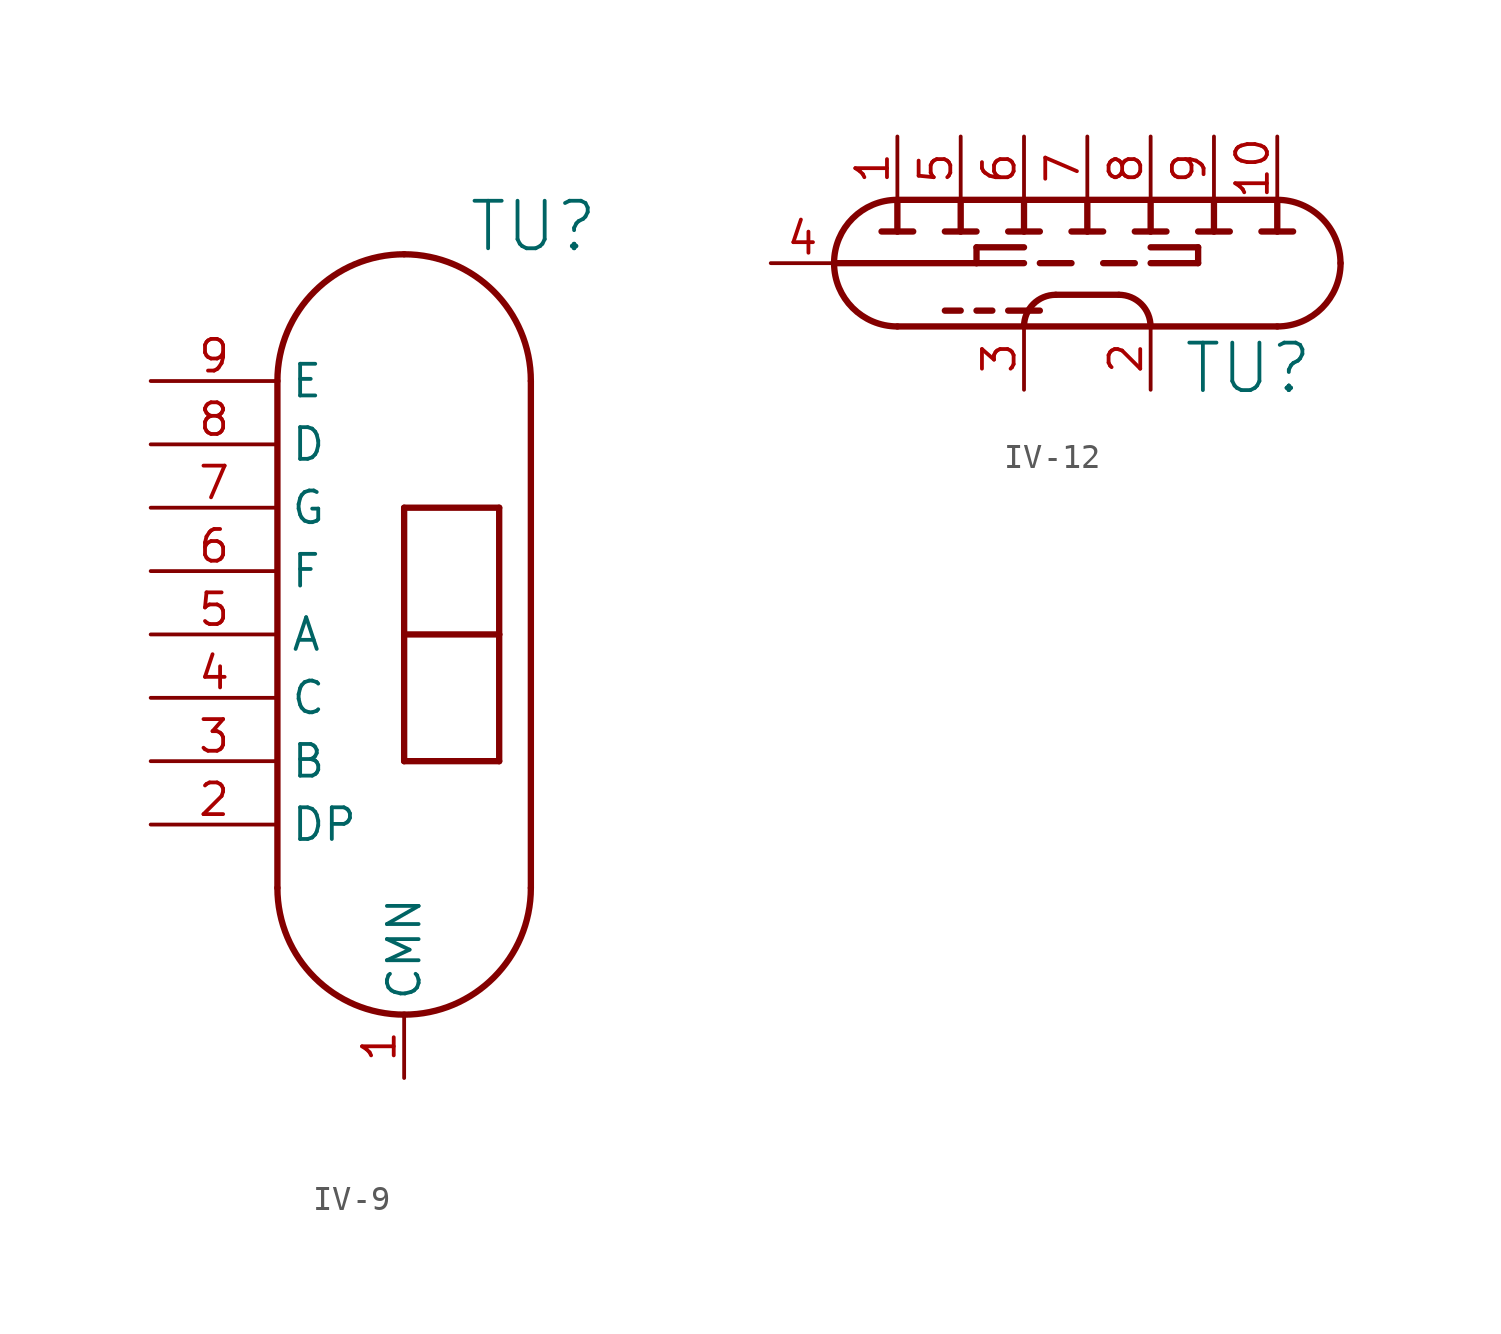
<source format=kicad_sym>
(kicad_symbol_lib
  (version 20231120)
  (generator "kicad_symbol_editor")
  (generator_version "8.0")
  (symbol "IV-9"
    (property "Reference" "TU"
      (at 2.54 15.24 0)
      (effects (font (size 1.905 1.905)) (justify left bottom)))
    (symbol "IV-9_1_0"
      (arc (start -5.08 -10.16) (mid -3.592 -13.7521) (end 0.0002 -15.24) (stroke (width 0.254) (type solid)) (fill (type none)))
      (arc (start 0 -15.24) (mid 3.5922 -13.7521) (end 5.0801 -10.1599) (stroke (width 0.254) (type solid)) (fill (type none)))
      (polyline (pts (xy -5.08 -10.16) (xy -5.08 10.16)) (stroke (width 0.254) (type solid)) (fill (type none)))
      (polyline (pts (xy 0 -5.08) (xy 0 0)) (stroke (width 0.254) (type solid)) (fill (type none)))
      (polyline (pts (xy 0 0) (xy 0 5.08)) (stroke (width 0.254) (type solid)) (fill (type none)))
      (polyline (pts (xy 0 0) (xy 3.81 0)) (stroke (width 0.254) (type solid)) (fill (type none)))
      (polyline (pts (xy 0 5.08) (xy 3.81 5.08)) (stroke (width 0.254) (type solid)) (fill (type none)))
      (polyline (pts (xy 3.81 -5.08) (xy 0 -5.08)) (stroke (width 0.254) (type solid)) (fill (type none)))
      (polyline (pts (xy 3.81 0) (xy 3.81 -5.08)) (stroke (width 0.254) (type solid)) (fill (type none)))
      (polyline (pts (xy 3.81 5.08) (xy 3.81 0)) (stroke (width 0.254) (type solid)) (fill (type none)))
      (polyline (pts (xy 5.08 -10.16) (xy 5.08 10.16)) (stroke (width 0.254) (type solid)) (fill (type none)))
      (arc (start 0.0001 15.2401) (mid -3.5921 13.7522) (end -5.08 10.16) (stroke (width 0.254) (type solid)) (fill (type none)))
      (arc (start 5.08 10.16) (mid 3.5921 13.7521) (end 0 15.24) (stroke (width 0.254) (type solid)) (fill (type none)))
      (pin bidirectional line (at 0 -17.78 90) (length 2.54) (name "CMN" (effects (font (size 1.27 1.27)))) (number "1" (effects (font (size 1.27 1.27)))))
      (pin bidirectional line (at -10.16 -7.62 0) (length 5.08) (name "DP" (effects (font (size 1.27 1.27)))) (number "2" (effects (font (size 1.27 1.27)))))
      (pin bidirectional line (at -10.16 -5.08 0) (length 5.08) (name "B" (effects (font (size 1.27 1.27)))) (number "3" (effects (font (size 1.27 1.27)))))
      (pin bidirectional line (at -10.16 -2.54 0) (length 5.08) (name "C" (effects (font (size 1.27 1.27)))) (number "4" (effects (font (size 1.27 1.27)))))
      (pin bidirectional line (at -10.16 0 0) (length 5.08) (name "A" (effects (font (size 1.27 1.27)))) (number "5" (effects (font (size 1.27 1.27)))))
      (pin bidirectional line (at -10.16 2.54 0) (length 5.08) (name "F" (effects (font (size 1.27 1.27)))) (number "6" (effects (font (size 1.27 1.27)))))
      (pin bidirectional line (at -10.16 5.08 0) (length 5.08) (name "G" (effects (font (size 1.27 1.27)))) (number "7" (effects (font (size 1.27 1.27)))))
      (pin bidirectional line (at -10.16 7.62 0) (length 5.08) (name "D" (effects (font (size 1.27 1.27)))) (number "8" (effects (font (size 1.27 1.27)))))
      (pin bidirectional line (at -10.16 10.16 0) (length 5.08) (name "E" (effects (font (size 1.27 1.27)))) (number "9" (effects (font (size 1.27 1.27)))))))
  (symbol "IV-12"
    (pin_names hide)
    (property "Reference" "TU"
      (at 3.81 -5.334 0)
      (effects (font (size 1.905 1.905)) (justify left bottom)))
    (symbol "IV-12_1_0"
      (arc (start -10.16 0) (mid -9.4161 -1.7961) (end -7.62 -2.54) (stroke (width 0.254) (type solid)) (fill (type none)))
      (arc (start -7.62 2.54) (mid -9.4161 1.7961) (end -10.16 0) (stroke (width 0.254) (type solid)) (fill (type none)))
      (arc (start -1.27 -1.27) (mid -2.168 -1.642) (end -2.54 -2.54) (stroke (width 0.254) (type solid)) (fill (type none)))
      (polyline (pts (xy -7.62 1.27) (xy -8.255 1.27)) (stroke (width 0.254) (type solid)) (fill (type none)))
      (polyline (pts (xy -7.62 1.27) (xy -6.985 1.27)) (stroke (width 0.254) (type solid)) (fill (type none)))
      (polyline (pts (xy -7.62 2.54) (xy -7.62 1.27)) (stroke (width 0.254) (type solid)) (fill (type none)))
      (polyline (pts (xy -7.62 2.54) (xy -5.08 2.54)) (stroke (width 0.254) (type solid)) (fill (type none)))
      (polyline (pts (xy -5.715 1.27) (xy -5.08 1.27)) (stroke (width 0.254) (type solid)) (fill (type none)))
      (polyline (pts (xy -5.08 -1.905) (xy -5.715 -1.905)) (stroke (width 0.254) (type solid)) (fill (type none)))
      (polyline (pts (xy -5.08 1.27) (xy -5.08 2.54)) (stroke (width 0.254) (type solid)) (fill (type none)))
      (polyline (pts (xy -5.08 1.27) (xy -4.445 1.27)) (stroke (width 0.254) (type solid)) (fill (type none)))
      (polyline (pts (xy -5.08 2.54) (xy -2.54 2.54)) (stroke (width 0.254) (type solid)) (fill (type none)))
      (polyline (pts (xy -4.445 0) (xy -10.16 0)) (stroke (width 0.254) (type solid)) (fill (type none)))
      (polyline (pts (xy -4.445 0) (xy -2.54 0)) (stroke (width 0.254) (type solid)) (fill (type none)))
      (polyline (pts (xy -4.445 0.635) (xy -4.445 0)) (stroke (width 0.254) (type solid)) (fill (type none)))
      (polyline (pts (xy -3.81 -1.905) (xy -4.445 -1.905)) (stroke (width 0.254) (type solid)) (fill (type none)))
      (polyline (pts (xy -3.175 -1.905) (xy -1.905 -1.905)) (stroke (width 0.254) (type solid)) (fill (type none)))
      (polyline (pts (xy -3.175 1.27) (xy -2.54 1.27)) (stroke (width 0.254) (type solid)) (fill (type none)))
      (polyline (pts (xy -2.54 -2.54) (xy -7.62 -2.54)) (stroke (width 0.254) (type solid)) (fill (type none)))
      (polyline (pts (xy -2.54 0.635) (xy -4.445 0.635)) (stroke (width 0.254) (type solid)) (fill (type none)))
      (polyline (pts (xy -2.54 1.27) (xy -2.54 2.54)) (stroke (width 0.254) (type solid)) (fill (type none)))
      (polyline (pts (xy -2.54 1.27) (xy -1.905 1.27)) (stroke (width 0.254) (type solid)) (fill (type none)))
      (polyline (pts (xy -2.54 2.54) (xy 0 2.54)) (stroke (width 0.254) (type solid)) (fill (type none)))
      (polyline (pts (xy -1.905 0) (xy -0.635 0)) (stroke (width 0.254) (type solid)) (fill (type none)))
      (polyline (pts (xy -1.27 -1.27) (xy 1.27 -1.27)) (stroke (width 0.254) (type solid)) (fill (type none)))
      (polyline (pts (xy -0.635 1.27) (xy 0 1.27)) (stroke (width 0.254) (type solid)) (fill (type none)))
      (polyline (pts (xy 0 1.27) (xy 0 2.54)) (stroke (width 0.254) (type solid)) (fill (type none)))
      (polyline (pts (xy 0 1.27) (xy 0.635 1.27)) (stroke (width 0.254) (type solid)) (fill (type none)))
      (polyline (pts (xy 0 2.54) (xy 2.54 2.54)) (stroke (width 0.254) (type solid)) (fill (type none)))
      (polyline (pts (xy 0.635 0) (xy 1.905 0)) (stroke (width 0.254) (type solid)) (fill (type none)))
      (polyline (pts (xy 1.905 1.27) (xy 2.54 1.27)) (stroke (width 0.254) (type solid)) (fill (type none)))
      (polyline (pts (xy 2.54 -2.54) (xy -2.54 -2.54)) (stroke (width 0.254) (type solid)) (fill (type none)))
      (polyline (pts (xy 2.54 0) (xy 4.445 0)) (stroke (width 0.254) (type solid)) (fill (type none)))
      (polyline (pts (xy 2.54 1.27) (xy 2.54 2.54)) (stroke (width 0.254) (type solid)) (fill (type none)))
      (polyline (pts (xy 2.54 1.27) (xy 3.175 1.27)) (stroke (width 0.254) (type solid)) (fill (type none)))
      (polyline (pts (xy 2.54 2.54) (xy 5.08 2.54)) (stroke (width 0.254) (type solid)) (fill (type none)))
      (polyline (pts (xy 4.445 0) (xy 4.445 0.635)) (stroke (width 0.254) (type solid)) (fill (type none)))
      (polyline (pts (xy 4.445 0.635) (xy 2.54 0.635)) (stroke (width 0.254) (type solid)) (fill (type none)))
      (polyline (pts (xy 4.445 1.27) (xy 5.08 1.27)) (stroke (width 0.254) (type solid)) (fill (type none)))
      (polyline (pts (xy 5.08 1.27) (xy 5.08 2.54)) (stroke (width 0.254) (type solid)) (fill (type none)))
      (polyline (pts (xy 5.08 1.27) (xy 5.715 1.27)) (stroke (width 0.254) (type solid)) (fill (type none)))
      (polyline (pts (xy 5.08 2.54) (xy 7.62 2.54)) (stroke (width 0.254) (type solid)) (fill (type none)))
      (polyline (pts (xy 6.985 1.27) (xy 7.62 1.27)) (stroke (width 0.254) (type solid)) (fill (type none)))
      (polyline (pts (xy 7.62 -2.54) (xy 2.54 -2.54)) (stroke (width 0.254) (type solid)) (fill (type none)))
      (polyline (pts (xy 7.62 1.27) (xy 7.62 2.54)) (stroke (width 0.254) (type solid)) (fill (type none)))
      (polyline (pts (xy 7.62 1.27) (xy 8.255 1.27)) (stroke (width 0.254) (type solid)) (fill (type none)))
      (arc (start 2.54 -2.54) (mid 2.168 -1.642) (end 1.27 -1.27) (stroke (width 0.254) (type solid)) (fill (type none)))
      (arc (start 7.62 -2.54) (mid 9.4161 -1.7961) (end 10.16 0) (stroke (width 0.254) (type solid)) (fill (type none)))
      (arc (start 10.16 0) (mid 9.4161 1.7961) (end 7.62 2.54) (stroke (width 0.254) (type solid)) (fill (type none)))
      (pin input line (at -7.62 5.08 270) (length 2.54) (name "C1" (effects (font (size 1.27 1.27)))) (number "1" (effects (font (size 1.27 1.27)))))
      (pin input line (at 7.62 5.08 270) (length 2.54) (name "C10" (effects (font (size 1.27 1.27)))) (number "10" (effects (font (size 1.27 1.27)))))
      (pin power_in line (at 2.54 -5.08 90) (length 2.54) (name "F2" (effects (font (size 1.27 1.27)))) (number "2" (effects (font (size 1.27 1.27)))))
      (pin power_in line (at -2.54 -5.08 90) (length 2.54) (name "F3" (effects (font (size 1.27 1.27)))) (number "3" (effects (font (size 1.27 1.27)))))
      (pin input line (at -12.7 0 0) (length 2.54) (name "ANODE" (effects (font (size 1.27 1.27)))) (number "4" (effects (font (size 1.27 1.27)))))
      (pin input line (at -5.08 5.08 270) (length 2.54) (name "C5" (effects (font (size 1.27 1.27)))) (number "5" (effects (font (size 1.27 1.27)))))
      (pin input line (at -2.54 5.08 270) (length 2.54) (name "C6" (effects (font (size 1.27 1.27)))) (number "6" (effects (font (size 1.27 1.27)))))
      (pin input line (at 0 5.08 270) (length 2.54) (name "C7" (effects (font (size 1.27 1.27)))) (number "7" (effects (font (size 1.27 1.27)))))
      (pin input line (at 2.54 5.08 270) (length 2.54) (name "C8" (effects (font (size 1.27 1.27)))) (number "8" (effects (font (size 1.27 1.27)))))
      (pin input line (at 5.08 5.08 270) (length 2.54) (name "C9" (effects (font (size 1.27 1.27)))) (number "9" (effects (font (size 1.27 1.27))))))))
</source>
